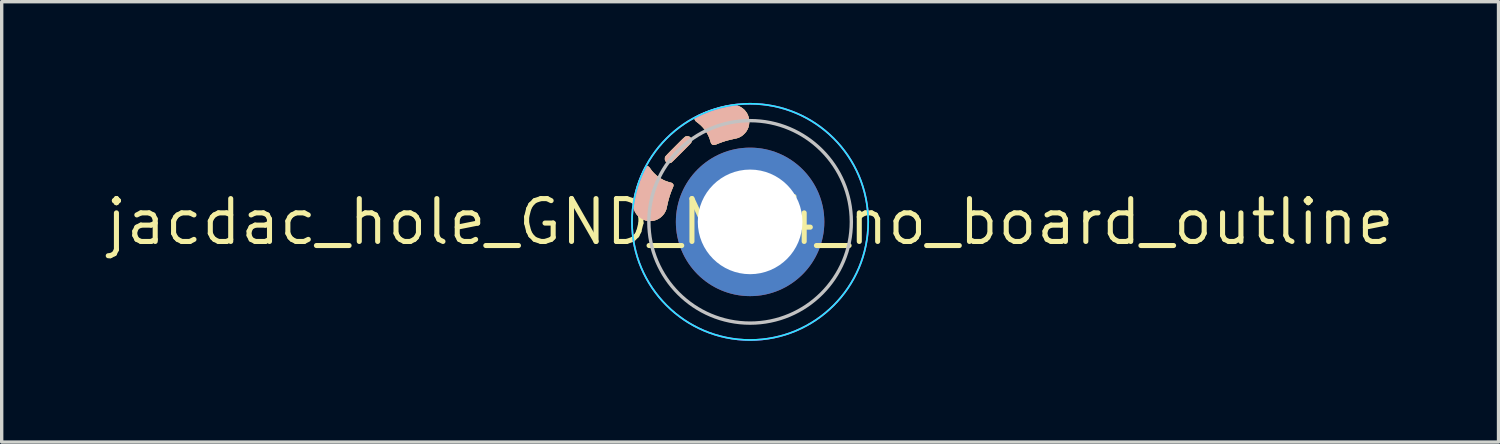
<source format=kicad_pcb>
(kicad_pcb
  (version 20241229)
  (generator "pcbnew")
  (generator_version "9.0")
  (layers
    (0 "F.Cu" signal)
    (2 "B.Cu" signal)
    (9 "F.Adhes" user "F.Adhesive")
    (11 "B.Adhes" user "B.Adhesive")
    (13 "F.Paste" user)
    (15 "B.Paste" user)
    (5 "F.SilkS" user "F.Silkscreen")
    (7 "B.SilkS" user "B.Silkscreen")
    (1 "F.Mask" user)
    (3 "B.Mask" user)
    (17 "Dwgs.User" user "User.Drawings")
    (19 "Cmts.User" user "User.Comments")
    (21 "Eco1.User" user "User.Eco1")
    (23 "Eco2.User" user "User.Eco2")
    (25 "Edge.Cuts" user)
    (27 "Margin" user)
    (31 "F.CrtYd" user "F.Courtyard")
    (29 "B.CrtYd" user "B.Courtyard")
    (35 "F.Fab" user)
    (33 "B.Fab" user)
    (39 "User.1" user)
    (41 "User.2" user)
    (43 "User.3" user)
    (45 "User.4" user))
  (footprint "jacdac_hole_GND_MH4_no_board_outline"
    (layer "F.Cu")
    (at 19.178 3.525)
    (property "Reference" "jacdac_hole_GND_MH4_no_board_outline" (at 0 0 0) (layer "F.SilkS") (effects (font (size 1.27 1.27) (thickness 0.15))))
    (attr through_hole exclude_from_bom)
    (fp_circle (center 0 0) (end 2.5 0) (stroke (width 0) (type solid)) (fill yes) (layer "F.Mask"))
    (fp_circle (center 0 0) (end 2.5 0) (stroke (width 0) (type solid)) (fill yes) (layer "B.Mask"))
    (fp_poly (pts (xy -1.1 -2.287) (xy -1.116 -2.294) (xy -1.129 -2.304) (xy -1.139 -2.313) (xy -1.146 -2.323) (xy -1.153 -2.335) (xy -1.159 -2.35) (xy -1.166 -2.37) (xy -1.174 -2.397) (xy -1.175 -2.398) (xy -1.192 -2.455) (xy -1.211 -2.506) (xy -1.233 -2.556) (xy -1.249 -2.589) (xy -1.292 -2.664) (xy -1.341 -2.736) (xy -1.397 -2.803) (xy -1.458 -2.865) (xy -1.524 -2.922) (xy -1.562 -2.95) (xy -1.59 -2.971) (xy -1.612 -2.992) (xy -1.627 -3.011) (xy -1.637 -3.031) (xy -1.641 -3.05) (xy -1.641 -3.056) (xy -1.639 -3.074) (xy -1.633 -3.091) (xy -1.621 -3.107) (xy -1.604 -3.122) (xy -1.58 -3.137) (xy -1.55 -3.154) (xy -1.549 -3.154) (xy -1.428 -3.211) (xy -1.3 -3.265) (xy -1.167 -3.314) (xy -1.031 -3.358) (xy -0.891 -3.398) (xy -0.749 -3.432) (xy -0.69 -3.444) (xy -0.631 -3.455) (xy -0.577 -3.462) (xy -0.53 -3.465) (xy -0.488 -3.465) (xy -0.454 -3.461) (xy -0.391 -3.446) (xy -0.331 -3.425) (xy -0.275 -3.397) (xy -0.224 -3.362) (xy -0.177 -3.322) (xy -0.136 -3.275) (xy -0.099 -3.223) (xy -0.094 -3.215) (xy -0.068 -3.162) (xy -0.048 -3.106) (xy -0.035 -3.047) (xy -0.029 -2.987) (xy -0.03 -2.927) (xy -0.038 -2.867) (xy -0.052 -2.809) (xy -0.054 -2.805) (xy -0.077 -2.749) (xy -0.106 -2.696) (xy -0.142 -2.647) (xy -0.184 -2.603) (xy -0.23 -2.563) (xy -0.281 -2.529) (xy -0.335 -2.502) (xy -0.357 -2.494) (xy -0.372 -2.489) (xy -0.392 -2.484) (xy -0.416 -2.477) (xy -0.443 -2.471) (xy -0.469 -2.466) (xy -0.47 -2.466) (xy -0.569 -2.444) (xy -0.663 -2.42) (xy -0.753 -2.394) (xy -0.84 -2.365) (xy -0.927 -2.332) (xy -0.975 -2.313) (xy -1.009 -2.299) (xy -1.038 -2.29) (xy -1.062 -2.285) (xy -1.083 -2.284) (xy -1.1 -2.287)) (stroke (width 0.01) (type solid)) (fill yes) (layer "F.SilkS"))
    (fp_poly (pts (xy -3.051 -0.037) (xy -3.109 -0.051) (xy -3.164 -0.071) (xy -3.216 -0.098) (xy -3.265 -0.13) (xy -3.309 -0.168) (xy -3.35 -0.212) (xy -3.385 -0.26) (xy -3.414 -0.313) (xy -3.438 -0.371) (xy -3.455 -0.432) (xy -3.456 -0.434) (xy -3.459 -0.452) (xy -3.461 -0.471) (xy -3.462 -0.494) (xy -3.462 -0.522) (xy -3.462 -0.533) (xy -3.462 -0.555) (xy -3.461 -0.576) (xy -3.459 -0.597) (xy -3.457 -0.62) (xy -3.453 -0.645) (xy -3.448 -0.673) (xy -3.441 -0.705) (xy -3.433 -0.743) (xy -3.423 -0.787) (xy -3.419 -0.805) (xy -3.39 -0.919) (xy -3.356 -1.035) (xy -3.318 -1.152) (xy -3.276 -1.268) (xy -3.23 -1.381) (xy -3.182 -1.49) (xy -3.147 -1.561) (xy -3.133 -1.589) (xy -3.12 -1.61) (xy -3.108 -1.625) (xy -3.096 -1.636) (xy -3.084 -1.644) (xy -3.082 -1.645) (xy -3.064 -1.651) (xy -3.047 -1.651) (xy -3.033 -1.647) (xy -3.013 -1.636) (xy -2.993 -1.618) (xy -2.972 -1.593) (xy -2.969 -1.588) (xy -2.915 -1.514) (xy -2.856 -1.447) (xy -2.792 -1.386) (xy -2.723 -1.33) (xy -2.65 -1.282) (xy -2.574 -1.24) (xy -2.517 -1.214) (xy -2.486 -1.202) (xy -2.454 -1.191) (xy -2.421 -1.18) (xy -2.383 -1.169) (xy -2.35 -1.16) (xy -2.332 -1.155) (xy -2.319 -1.149) (xy -2.308 -1.142) (xy -2.3 -1.135) (xy -2.286 -1.119) (xy -2.278 -1.103) (xy -2.276 -1.085) (xy -2.278 -1.063) (xy -2.286 -1.038) (xy -2.295 -1.016) (xy -2.344 -0.895) (xy -2.388 -0.771) (xy -2.425 -0.642) (xy -2.456 -0.508) (xy -2.463 -0.478) (xy -2.47 -0.443) (xy -2.476 -0.415) (xy -2.482 -0.391) (xy -2.488 -0.371) (xy -2.495 -0.352) (xy -2.502 -0.333) (xy -2.509 -0.32) (xy -2.537 -0.267) (xy -2.573 -0.218) (xy -2.613 -0.173) (xy -2.659 -0.133) (xy -2.709 -0.1) (xy -2.763 -0.072) (xy -2.819 -0.051) (xy -2.866 -0.039) (xy -2.929 -0.031) (xy -2.991 -0.031) (xy -3.051 -0.037)) (stroke (width 0.01) (type solid)) (fill yes) (layer "F.SilkS"))
    (fp_poly (pts (xy -2.416 -1.747) (xy -2.445 -1.755) (xy -2.472 -1.769) (xy -2.494 -1.789) (xy -2.51 -1.812) (xy -2.516 -1.823) (xy -2.52 -1.832) (xy -2.521 -1.843) (xy -2.522 -1.857) (xy -2.522 -1.871) (xy -2.522 -1.89) (xy -2.521 -1.904) (xy -2.518 -1.916) (xy -2.513 -1.927) (xy -2.513 -1.928) (xy -2.51 -1.933) (xy -2.505 -1.939) (xy -2.498 -1.948) (xy -2.488 -1.959) (xy -2.475 -1.972) (xy -2.459 -1.989) (xy -2.44 -2.01) (xy -2.416 -2.034) (xy -2.389 -2.062) (xy -2.357 -2.094) (xy -2.32 -2.131) (xy -2.278 -2.173) (xy -2.231 -2.22) (xy -2.221 -2.231) (xy -2.174 -2.278) (xy -2.133 -2.319) (xy -2.096 -2.356) (xy -2.064 -2.387) (xy -2.036 -2.415) (xy -2.012 -2.439) (xy -1.992 -2.458) (xy -1.975 -2.475) (xy -1.96 -2.488) (xy -1.949 -2.499) (xy -1.939 -2.507) (xy -1.932 -2.514) (xy -1.925 -2.518) (xy -1.92 -2.522) (xy -1.917 -2.523) (xy -1.891 -2.532) (xy -1.864 -2.536) (xy -1.838 -2.534) (xy -1.829 -2.532) (xy -1.799 -2.52) (xy -1.774 -2.502) (xy -1.755 -2.479) (xy -1.742 -2.453) (xy -1.735 -2.422) (xy -1.735 -2.401) (xy -1.736 -2.393) (xy -1.736 -2.387) (xy -1.737 -2.38) (xy -1.739 -2.373) (xy -1.742 -2.366) (xy -1.746 -2.358) (xy -1.752 -2.349) (xy -1.76 -2.339) (xy -1.77 -2.327) (xy -1.783 -2.312) (xy -1.799 -2.295) (xy -1.818 -2.275) (xy -1.841 -2.251) (xy -1.867 -2.225) (xy -1.898 -2.194) (xy -1.933 -2.158) (xy -1.973 -2.118) (xy -2.018 -2.073) (xy -2.045 -2.047) (xy -2.091 -2) (xy -2.133 -1.959) (xy -2.169 -1.923) (xy -2.201 -1.891) (xy -2.228 -1.864) (xy -2.252 -1.841) (xy -2.272 -1.821) (xy -2.289 -1.805) (xy -2.303 -1.791) (xy -2.315 -1.781) (xy -2.324 -1.772) (xy -2.332 -1.766) (xy -2.338 -1.761) (xy -2.343 -1.758) (xy -2.347 -1.756) (xy -2.351 -1.754) (xy -2.354 -1.753) (xy -2.385 -1.747) (xy -2.416 -1.747)) (stroke (width 0.01) (type solid)) (fill yes) (layer "F.SilkS"))
    (fp_poly (pts (xy -1.1 -2.285) (xy -1.116 -2.292) (xy -1.129 -2.302) (xy -1.138 -2.311) (xy -1.146 -2.321) (xy -1.153 -2.333) (xy -1.159 -2.348) (xy -1.166 -2.369) (xy -1.174 -2.395) (xy -1.174 -2.396) (xy -1.192 -2.453) (xy -1.211 -2.505) (xy -1.232 -2.554) (xy -1.249 -2.587) (xy -1.291 -2.662) (xy -1.341 -2.734) (xy -1.397 -2.801) (xy -1.458 -2.864) (xy -1.524 -2.92) (xy -1.561 -2.948) (xy -1.59 -2.97) (xy -1.612 -2.99) (xy -1.627 -3.01) (xy -1.636 -3.029) (xy -1.64 -3.049) (xy -1.64 -3.054) (xy -1.638 -3.073) (xy -1.632 -3.089) (xy -1.621 -3.105) (xy -1.603 -3.12) (xy -1.58 -3.136) (xy -1.549 -3.152) (xy -1.549 -3.152) (xy -1.427 -3.21) (xy -1.3 -3.263) (xy -1.167 -3.312) (xy -1.03 -3.357) (xy -0.89 -3.396) (xy -0.748 -3.43) (xy -0.69 -3.443) (xy -0.63 -3.454) (xy -0.577 -3.461) (xy -0.53 -3.464) (xy -0.488 -3.463) (xy -0.454 -3.459) (xy -0.391 -3.445) (xy -0.331 -3.423) (xy -0.275 -3.395) (xy -0.224 -3.361) (xy -0.177 -3.32) (xy -0.135 -3.274) (xy -0.099 -3.221) (xy -0.094 -3.213) (xy -0.068 -3.16) (xy -0.048 -3.104) (xy -0.035 -3.045) (xy -0.029 -2.985) (xy -0.03 -2.925) (xy -0.037 -2.865) (xy -0.052 -2.808) (xy -0.053 -2.804) (xy -0.076 -2.748) (xy -0.106 -2.695) (xy -0.142 -2.646) (xy -0.184 -2.601) (xy -0.23 -2.561) (xy -0.281 -2.528) (xy -0.335 -2.501) (xy -0.357 -2.492) (xy -0.371 -2.487) (xy -0.391 -2.482) (xy -0.416 -2.476) (xy -0.442 -2.47) (xy -0.469 -2.464) (xy -0.469 -2.464) (xy -0.569 -2.442) (xy -0.663 -2.419) (xy -0.753 -2.393) (xy -0.84 -2.363) (xy -0.927 -2.331) (xy -0.975 -2.311) (xy -1.009 -2.297) (xy -1.038 -2.288) (xy -1.062 -2.283) (xy -1.082 -2.282) (xy -1.1 -2.285)) (stroke (width 0.01) (type solid)) (fill yes) (layer "B.SilkS"))
    (fp_poly (pts (xy -3.05 -0.036) (xy -3.108 -0.049) (xy -3.164 -0.07) (xy -3.216 -0.096) (xy -3.264 -0.129) (xy -3.309 -0.167) (xy -3.349 -0.21) (xy -3.384 -0.259) (xy -3.414 -0.312) (xy -3.438 -0.369) (xy -3.455 -0.431) (xy -3.455 -0.432) (xy -3.458 -0.45) (xy -3.46 -0.469) (xy -3.462 -0.492) (xy -3.462 -0.52) (xy -3.462 -0.532) (xy -3.462 -0.553) (xy -3.461 -0.574) (xy -3.459 -0.596) (xy -3.456 -0.618) (xy -3.452 -0.643) (xy -3.447 -0.671) (xy -3.441 -0.703) (xy -3.432 -0.741) (xy -3.423 -0.785) (xy -3.418 -0.804) (xy -3.39 -0.917) (xy -3.356 -1.033) (xy -3.318 -1.15) (xy -3.275 -1.266) (xy -3.23 -1.38) (xy -3.181 -1.488) (xy -3.147 -1.56) (xy -3.132 -1.587) (xy -3.12 -1.608) (xy -3.108 -1.624) (xy -3.096 -1.635) (xy -3.083 -1.643) (xy -3.081 -1.643) (xy -3.063 -1.649) (xy -3.047 -1.649) (xy -3.032 -1.645) (xy -3.013 -1.635) (xy -2.992 -1.616) (xy -2.972 -1.591) (xy -2.969 -1.586) (xy -2.915 -1.513) (xy -2.855 -1.445) (xy -2.791 -1.384) (xy -2.723 -1.329) (xy -2.65 -1.28) (xy -2.573 -1.238) (xy -2.517 -1.212) (xy -2.485 -1.2) (xy -2.454 -1.189) (xy -2.42 -1.178) (xy -2.383 -1.167) (xy -2.35 -1.158) (xy -2.331 -1.153) (xy -2.318 -1.148) (xy -2.308 -1.141) (xy -2.299 -1.133) (xy -2.286 -1.118) (xy -2.278 -1.101) (xy -2.275 -1.083) (xy -2.278 -1.062) (xy -2.285 -1.036) (xy -2.295 -1.014) (xy -2.344 -0.893) (xy -2.387 -0.769) (xy -2.425 -0.64) (xy -2.456 -0.507) (xy -2.462 -0.476) (xy -2.469 -0.442) (xy -2.476 -0.413) (xy -2.482 -0.39) (xy -2.488 -0.369) (xy -2.494 -0.35) (xy -2.502 -0.332) (xy -2.508 -0.318) (xy -2.537 -0.265) (xy -2.572 -0.216) (xy -2.613 -0.171) (xy -2.659 -0.132) (xy -2.709 -0.098) (xy -2.762 -0.07) (xy -2.819 -0.049) (xy -2.866 -0.038) (xy -2.929 -0.03) (xy -2.99 -0.029) (xy -3.05 -0.036)) (stroke (width 0.01) (type solid)) (fill yes) (layer "B.SilkS"))
    (fp_poly (pts (xy -2.416 -1.746) (xy -2.445 -1.753) (xy -2.471 -1.767) (xy -2.494 -1.787) (xy -2.51 -1.81) (xy -2.516 -1.821) (xy -2.519 -1.831) (xy -2.521 -1.841) (xy -2.522 -1.856) (xy -2.522 -1.869) (xy -2.521 -1.889) (xy -2.52 -1.903) (xy -2.517 -1.914) (xy -2.513 -1.925) (xy -2.512 -1.927) (xy -2.51 -1.931) (xy -2.505 -1.937) (xy -2.498 -1.946) (xy -2.488 -1.957) (xy -2.475 -1.971) (xy -2.459 -1.988) (xy -2.439 -2.008) (xy -2.416 -2.032) (xy -2.388 -2.06) (xy -2.356 -2.093) (xy -2.32 -2.13) (xy -2.278 -2.172) (xy -2.231 -2.219) (xy -2.221 -2.229) (xy -2.174 -2.276) (xy -2.132 -2.317) (xy -2.096 -2.354) (xy -2.064 -2.386) (xy -2.036 -2.413) (xy -2.012 -2.437) (xy -1.992 -2.457) (xy -1.974 -2.473) (xy -1.96 -2.487) (xy -1.948 -2.497) (xy -1.939 -2.506) (xy -1.931 -2.512) (xy -1.925 -2.517) (xy -1.92 -2.52) (xy -1.916 -2.522) (xy -1.891 -2.53) (xy -1.864 -2.534) (xy -1.838 -2.533) (xy -1.829 -2.531) (xy -1.799 -2.518) (xy -1.774 -2.501) (xy -1.755 -2.478) (xy -1.741 -2.451) (xy -1.735 -2.421) (xy -1.735 -2.399) (xy -1.735 -2.392) (xy -1.736 -2.385) (xy -1.737 -2.378) (xy -1.739 -2.372) (xy -1.741 -2.365) (xy -1.746 -2.357) (xy -1.752 -2.348) (xy -1.76 -2.337) (xy -1.77 -2.325) (xy -1.783 -2.31) (xy -1.799 -2.293) (xy -1.818 -2.273) (xy -1.84 -2.25) (xy -1.867 -2.223) (xy -1.898 -2.192) (xy -1.933 -2.157) (xy -1.973 -2.117) (xy -2.018 -2.071) (xy -2.044 -2.045) (xy -2.091 -1.999) (xy -2.132 -1.958) (xy -2.169 -1.921) (xy -2.2 -1.89) (xy -2.228 -1.863) (xy -2.252 -1.839) (xy -2.272 -1.82) (xy -2.289 -1.803) (xy -2.303 -1.79) (xy -2.315 -1.779) (xy -2.324 -1.771) (xy -2.332 -1.764) (xy -2.338 -1.76) (xy -2.343 -1.756) (xy -2.347 -1.754) (xy -2.351 -1.752) (xy -2.353 -1.752) (xy -2.385 -1.745) (xy -2.416 -1.746)) (stroke (width 0.01) (type solid)) (fill yes) (layer "B.SilkS"))
    (fp_circle (center 0 0) (end 0 -3) (stroke (width 0.1) (type default)) (fill no) (layer "Dwgs.User"))
    (fp_circle (center 0 0) (end 3.5 0) (stroke (width 0.05) (type default)) (fill no) (layer "B.CrtYd"))
    (fp_circle (center 0 0) (end 3.5 0) (stroke (width 0.05) (type default)) (fill no) (layer "F.CrtYd"))
    (pad "MH4" thru_hole circle (at 0 0 90) (size 4.4 4.4) (drill 3.1) (layers "*.Cu"))
    (zone (net_name "") (layers "F.Cu" "B.Cu") (hatch edge 0.508) (connect_pads) (min_thickness 0.254) (filled_areas_thickness no) (keepout (tracks allowed) (vias allowed) (pads allowed) (copperpour not_allowed) (footprints allowed)) (placement (enabled no)) (fill) (polygon (pts (xy 19.178 0.52) (xy 18.829 0.54) (xy 18.485 0.601) (xy 18.15 0.701) (xy 17.83 0.84) (xy 17.527 1.014) (xy 17.247 1.223) (xy 16.992 1.463) (xy 16.768 1.73) (xy 16.576 2.022) (xy 16.419 2.335) (xy 16.299 2.663) (xy 16.219 3.003) (xy 16.178 3.35) (xy 16.178 3.7) (xy 16.219 4.047) (xy 16.299 4.387) (xy 16.419 4.715) (xy 16.576 5.028) (xy 16.768 5.32) (xy 16.992 5.587) (xy 17.247 5.827) (xy 17.527 6.036) (xy 17.83 6.21) (xy 18.15 6.349) (xy 18.485 6.449) (xy 18.829 6.51) (xy 19.178 6.53) (xy 19.527 6.51) (xy 19.871 6.449) (xy 20.206 6.349) (xy 20.527 6.21) (xy 20.83 6.036) (xy 21.11 5.827) (xy 21.364 5.587) (xy 21.589 5.32) (xy 21.781 5.028) (xy 21.938 4.715) (xy 22.057 4.387) (xy 22.138 4.047) (xy 22.178 3.7) (xy 22.178 3.35) (xy 22.138 3.003) (xy 22.057 2.663) (xy 21.938 2.335) (xy 21.781 2.022) (xy 21.589 1.73) (xy 21.364 1.463) (xy 21.11 1.223) (xy 20.83 1.014) (xy 20.527 0.84) (xy 20.206 0.701) (xy 19.871 0.601) (xy 19.527 0.54)))))
  (gr_rect
    (start -3 -3)
    (end 41.356 10.05)
    (stroke (width 0.1) (type default))
    (fill no)
    (layer "Edge.Cuts")))
</source>
